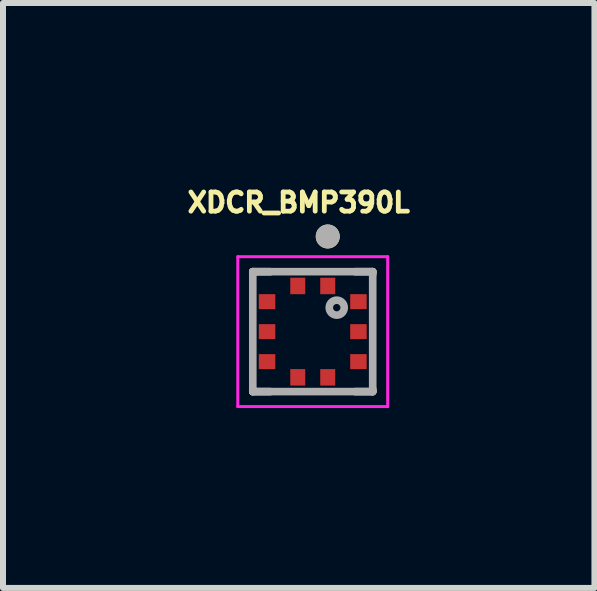
<source format=kicad_pcb>
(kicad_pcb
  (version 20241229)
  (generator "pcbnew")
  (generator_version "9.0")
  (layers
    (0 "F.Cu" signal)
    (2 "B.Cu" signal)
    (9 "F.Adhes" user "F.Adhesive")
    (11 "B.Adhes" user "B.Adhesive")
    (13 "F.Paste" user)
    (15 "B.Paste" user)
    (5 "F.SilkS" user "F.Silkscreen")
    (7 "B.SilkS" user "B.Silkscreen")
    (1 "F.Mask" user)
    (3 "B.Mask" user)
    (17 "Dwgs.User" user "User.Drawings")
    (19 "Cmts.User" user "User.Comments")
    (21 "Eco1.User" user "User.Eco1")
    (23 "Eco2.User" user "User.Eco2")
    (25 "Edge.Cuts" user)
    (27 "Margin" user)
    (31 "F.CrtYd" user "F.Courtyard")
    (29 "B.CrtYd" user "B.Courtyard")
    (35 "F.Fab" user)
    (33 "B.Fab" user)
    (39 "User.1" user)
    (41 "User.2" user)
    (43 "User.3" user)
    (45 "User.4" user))
  (footprint "XDCR_BMP390L"
    (layer "F.Cu")
    (at 2.166 2.481)
    (property "Reference" "XDCR_BMP390L" (at -0.234 -2.153 0) (layer "F.SilkS") (effects (font (size 0.32 0.32) (thickness 0.08))))
    (attr smd)
    (fp_line (start -1 -1) (end -0.708 -1) (stroke (width 0.127) (type solid)) (layer "F.SilkS"))
    (fp_line (start -1 -0.958) (end -1 -1) (stroke (width 0.127) (type solid)) (layer "F.SilkS"))
    (fp_line (start -1 1) (end -1 0.958) (stroke (width 0.127) (type solid)) (layer "F.SilkS"))
    (fp_line (start -1 1) (end -0.708 1) (stroke (width 0.127) (type solid)) (layer "F.SilkS"))
    (fp_line (start 0.708 -1) (end 1 -1) (stroke (width 0.127) (type solid)) (layer "F.SilkS"))
    (fp_line (start 1 -1) (end 1 -0.958) (stroke (width 0.127) (type solid)) (layer "F.SilkS"))
    (fp_line (start 1 0.958) (end 1 1) (stroke (width 0.127) (type solid)) (layer "F.SilkS"))
    (fp_line (start 1 1) (end 0.708 1) (stroke (width 0.127) (type solid)) (layer "F.SilkS"))
    (fp_circle (center 0.25 -1.587) (end 0.35 -1.587) (stroke (width 0.2) (type solid)) (fill no) (layer "F.SilkS"))
    (fp_line (start -1.25 -1.25) (end -1.25 1.25) (stroke (width 0.05) (type solid)) (layer "F.CrtYd"))
    (fp_line (start -1.25 1.25) (end 1.25 1.25) (stroke (width 0.05) (type solid)) (layer "F.CrtYd"))
    (fp_line (start 1.25 -1.25) (end -1.25 -1.25) (stroke (width 0.05) (type solid)) (layer "F.CrtYd"))
    (fp_line (start 1.25 1.25) (end 1.25 -1.25) (stroke (width 0.05) (type solid)) (layer "F.CrtYd"))
    (fp_line (start -1 -1) (end 1 -1) (stroke (width 0.127) (type solid)) (layer "F.Fab"))
    (fp_line (start -1 1) (end -1 -1) (stroke (width 0.127) (type solid)) (layer "F.Fab"))
    (fp_line (start 1 -1) (end 1 1) (stroke (width 0.127) (type solid)) (layer "F.Fab"))
    (fp_line (start 1 1) (end -1 1) (stroke (width 0.127) (type solid)) (layer "F.Fab"))
    (fp_circle (center 0.25 -1.587) (end 0.35 -1.587) (stroke (width 0.2) (type solid)) (fill no) (layer "F.Fab"))
    (fp_circle (center 0.4 -0.4) (end 0.525 -0.4) (stroke (width 0.127) (type solid)) (fill no) (layer "F.Fab"))
    (pad "1" smd rect (at 0.25 -0.762) (size 0.25 0.275) (layers "F.Cu" "F.Mask" "F.Paste"))
    (pad "2" smd rect (at -0.25 -0.762) (size 0.25 0.275) (layers "F.Cu" "F.Mask" "F.Paste"))
    (pad "3" smd rect (at -0.762 -0.5) (size 0.275 0.25) (layers "F.Cu" "F.Mask" "F.Paste"))
    (pad "4" smd rect (at -0.762 0) (size 0.275 0.25) (layers "F.Cu" "F.Mask" "F.Paste"))
    (pad "5" smd rect (at -0.762 0.5) (size 0.275 0.25) (layers "F.Cu" "F.Mask" "F.Paste"))
    (pad "6" smd rect (at -0.25 0.762) (size 0.25 0.275) (layers "F.Cu" "F.Mask" "F.Paste"))
    (pad "7" smd rect (at 0.25 0.762) (size 0.25 0.275) (layers "F.Cu" "F.Mask" "F.Paste"))
    (pad "8" smd rect (at 0.762 0.5) (size 0.275 0.25) (layers "F.Cu" "F.Mask" "F.Paste"))
    (pad "9" smd rect (at 0.762 0) (size 0.275 0.25) (layers "F.Cu" "F.Mask" "F.Paste"))
    (pad "10" smd rect (at 0.762 -0.5) (size 0.275 0.25) (layers "F.Cu" "F.Mask" "F.Paste")))
  (gr_rect
    (start -3 -3)
    (end 6.864 6.756)
    (stroke (width 0.1) (type default))
    (fill no)
    (layer "Edge.Cuts")))
</source>
